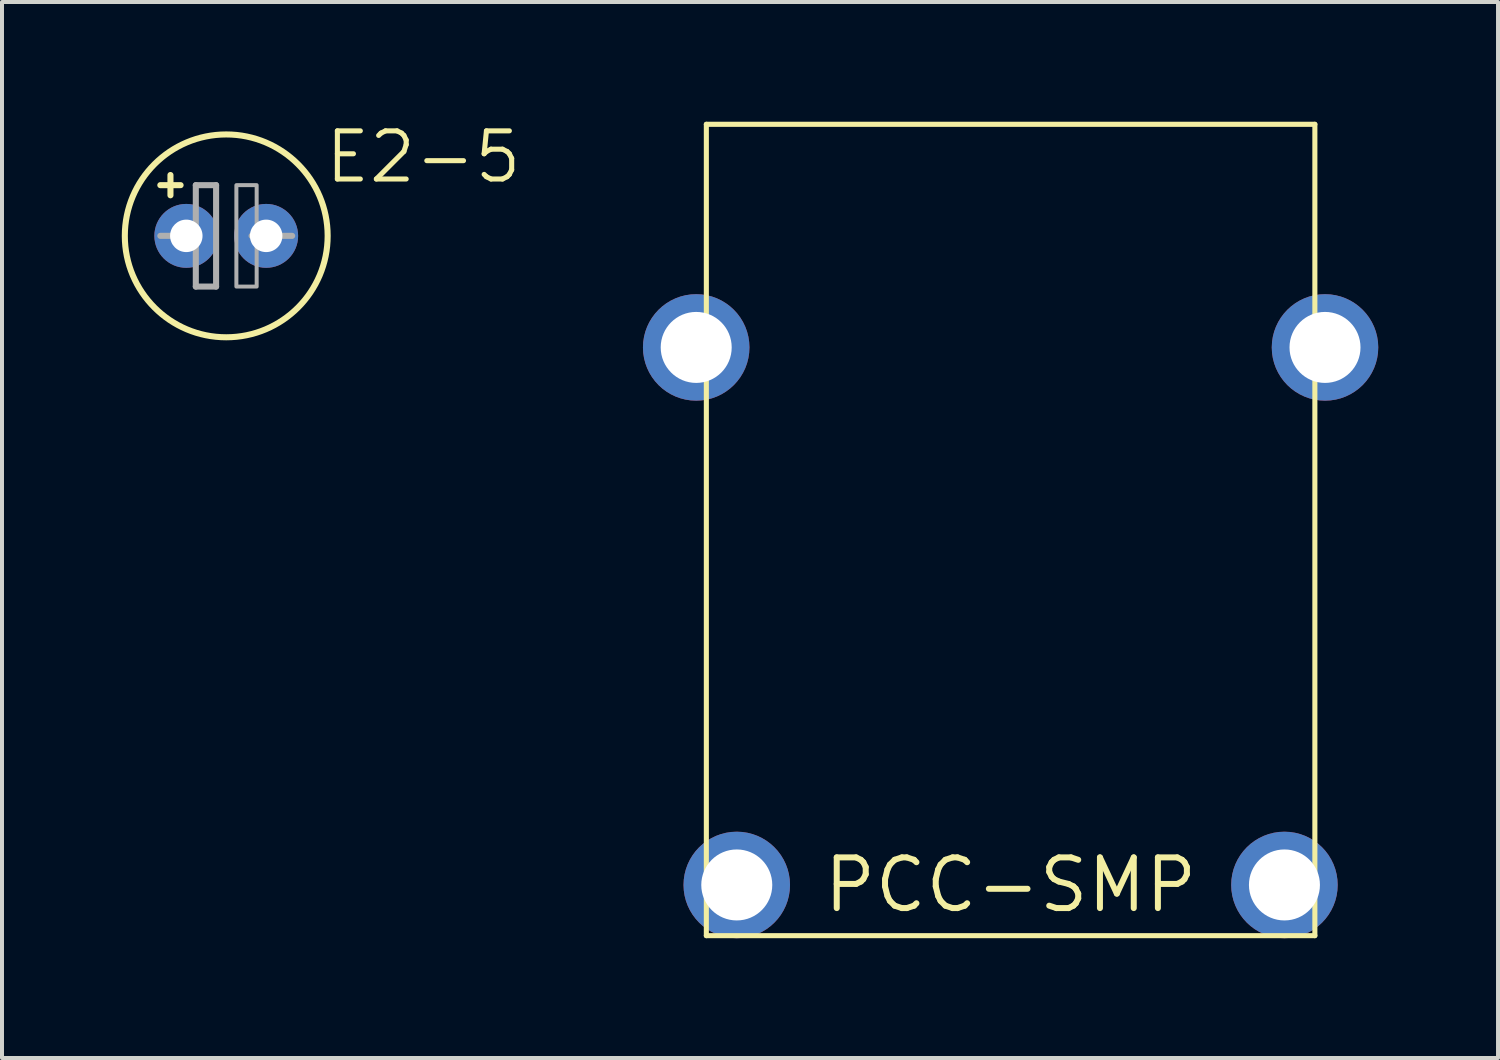
<source format=kicad_pcb>
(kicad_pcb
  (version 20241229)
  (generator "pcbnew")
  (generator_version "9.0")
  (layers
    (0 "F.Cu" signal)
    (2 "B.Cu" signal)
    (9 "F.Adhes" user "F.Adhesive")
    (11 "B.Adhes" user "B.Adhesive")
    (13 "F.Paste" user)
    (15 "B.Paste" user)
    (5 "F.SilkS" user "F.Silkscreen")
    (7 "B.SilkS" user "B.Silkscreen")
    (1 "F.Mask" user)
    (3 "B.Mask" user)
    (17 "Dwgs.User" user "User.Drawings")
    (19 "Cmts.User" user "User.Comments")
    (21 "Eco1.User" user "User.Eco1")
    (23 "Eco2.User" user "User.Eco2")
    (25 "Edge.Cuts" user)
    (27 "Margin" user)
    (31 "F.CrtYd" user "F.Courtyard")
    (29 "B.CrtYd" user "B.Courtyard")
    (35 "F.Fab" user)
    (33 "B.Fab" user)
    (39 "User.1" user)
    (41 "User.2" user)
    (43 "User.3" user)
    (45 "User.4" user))
  (footprint "E2-5"
    (layer "F.Cu")
    (at 2.616 2.857)
    (property "Reference" "E2-5" (at 2.413 -1.27 0) (layer "F.SilkS") (effects (font (size 1.206 1.206) (thickness 0.127)) (justify left bottom)))
    (attr through_hole)
    (fp_line (start -1.651 -1.27) (end -1.397 -1.27) (stroke (width 0.152) (type solid)) (layer "F.SilkS"))
    (fp_line (start -1.397 -1.27) (end -1.397 -1.524) (stroke (width 0.152) (type solid)) (layer "F.SilkS"))
    (fp_line (start -1.397 -1.27) (end -1.143 -1.27) (stroke (width 0.152) (type solid)) (layer "F.SilkS"))
    (fp_line (start -1.397 -1.016) (end -1.397 -1.27) (stroke (width 0.152) (type solid)) (layer "F.SilkS"))
    (fp_circle (center 0 0) (end 2.54 0) (stroke (width 0.152) (type solid)) (fill no) (layer "F.SilkS"))
    (fp_line (start -1.651 0) (end -0.762 0) (stroke (width 0.152) (type solid)) (layer "F.Fab"))
    (fp_line (start -0.762 -1.27) (end -0.762 0) (stroke (width 0.152) (type solid)) (layer "F.Fab"))
    (fp_line (start -0.762 0) (end -0.762 1.27) (stroke (width 0.152) (type solid)) (layer "F.Fab"))
    (fp_line (start -0.762 1.27) (end -0.254 1.27) (stroke (width 0.152) (type solid)) (layer "F.Fab"))
    (fp_line (start -0.254 -1.27) (end -0.762 -1.27) (stroke (width 0.152) (type solid)) (layer "F.Fab"))
    (fp_line (start -0.254 1.27) (end -0.254 -1.27) (stroke (width 0.152) (type solid)) (layer "F.Fab"))
    (fp_line (start 0.635 0) (end 1.651 0) (stroke (width 0.152) (type solid)) (layer "F.Fab"))
    (fp_poly (pts (xy 0.254 1.27) (xy 0.762 1.27) (xy 0.762 -1.27) (xy 0.254 -1.27)) (stroke (width 0.1) (type solid)) (fill no) (layer "F.Fab"))
    (pad "+" thru_hole circle (at -1 0) (size 1.6 1.6) (drill 0.813) (layers "*.Cu" "*.Mask"))
    (pad "-" thru_hole circle (at 1 0) (size 1.6 1.6) (drill 0.813) (layers "*.Cu" "*.Mask")))
  (footprint "PCC-SMP"
    (layer "F.Cu")
    (at 22.26 19.113)
    (property "Reference" "PCC-SMP" (at 0 0 0) (layer "F.SilkS") (effects (font (size 1.27 1.27) (thickness 0.15))))
    (attr through_hole)
    (fp_line (start -7.62 -19.05) (end -7.62 1.27) (stroke (width 0.127) (type solid)) (layer "F.SilkS"))
    (fp_line (start -7.62 1.27) (end 7.62 1.27) (stroke (width 0.127) (type solid)) (layer "F.SilkS"))
    (fp_line (start 7.62 -19.05) (end -7.62 -19.05) (stroke (width 0.127) (type solid)) (layer "F.SilkS"))
    (fp_line (start 7.62 1.27) (end 7.62 -19.05) (stroke (width 0.127) (type solid)) (layer "F.SilkS"))
    (pad "P$3" thru_hole circle (at 7.874 -13.462) (size 2.667 2.667) (drill 1.778) (layers "*.Cu" "*.Mask"))
    (pad "P$4" thru_hole circle (at -7.874 -13.462) (size 2.667 2.667) (drill 1.778) (layers "*.Cu" "*.Mask"))
    (pad "TC+" thru_hole circle (at -6.858 0) (size 2.667 2.667) (drill 1.778) (layers "*.Cu" "*.Mask"))
    (pad "TC-" thru_hole circle (at 6.858 0) (size 2.667 2.667) (drill 1.778) (layers "*.Cu" "*.Mask")))
  (gr_rect
    (start -3 -3)
    (end 34.467 23.447)
    (stroke (width 0.1) (type default))
    (fill no)
    (layer "Edge.Cuts")))
</source>
